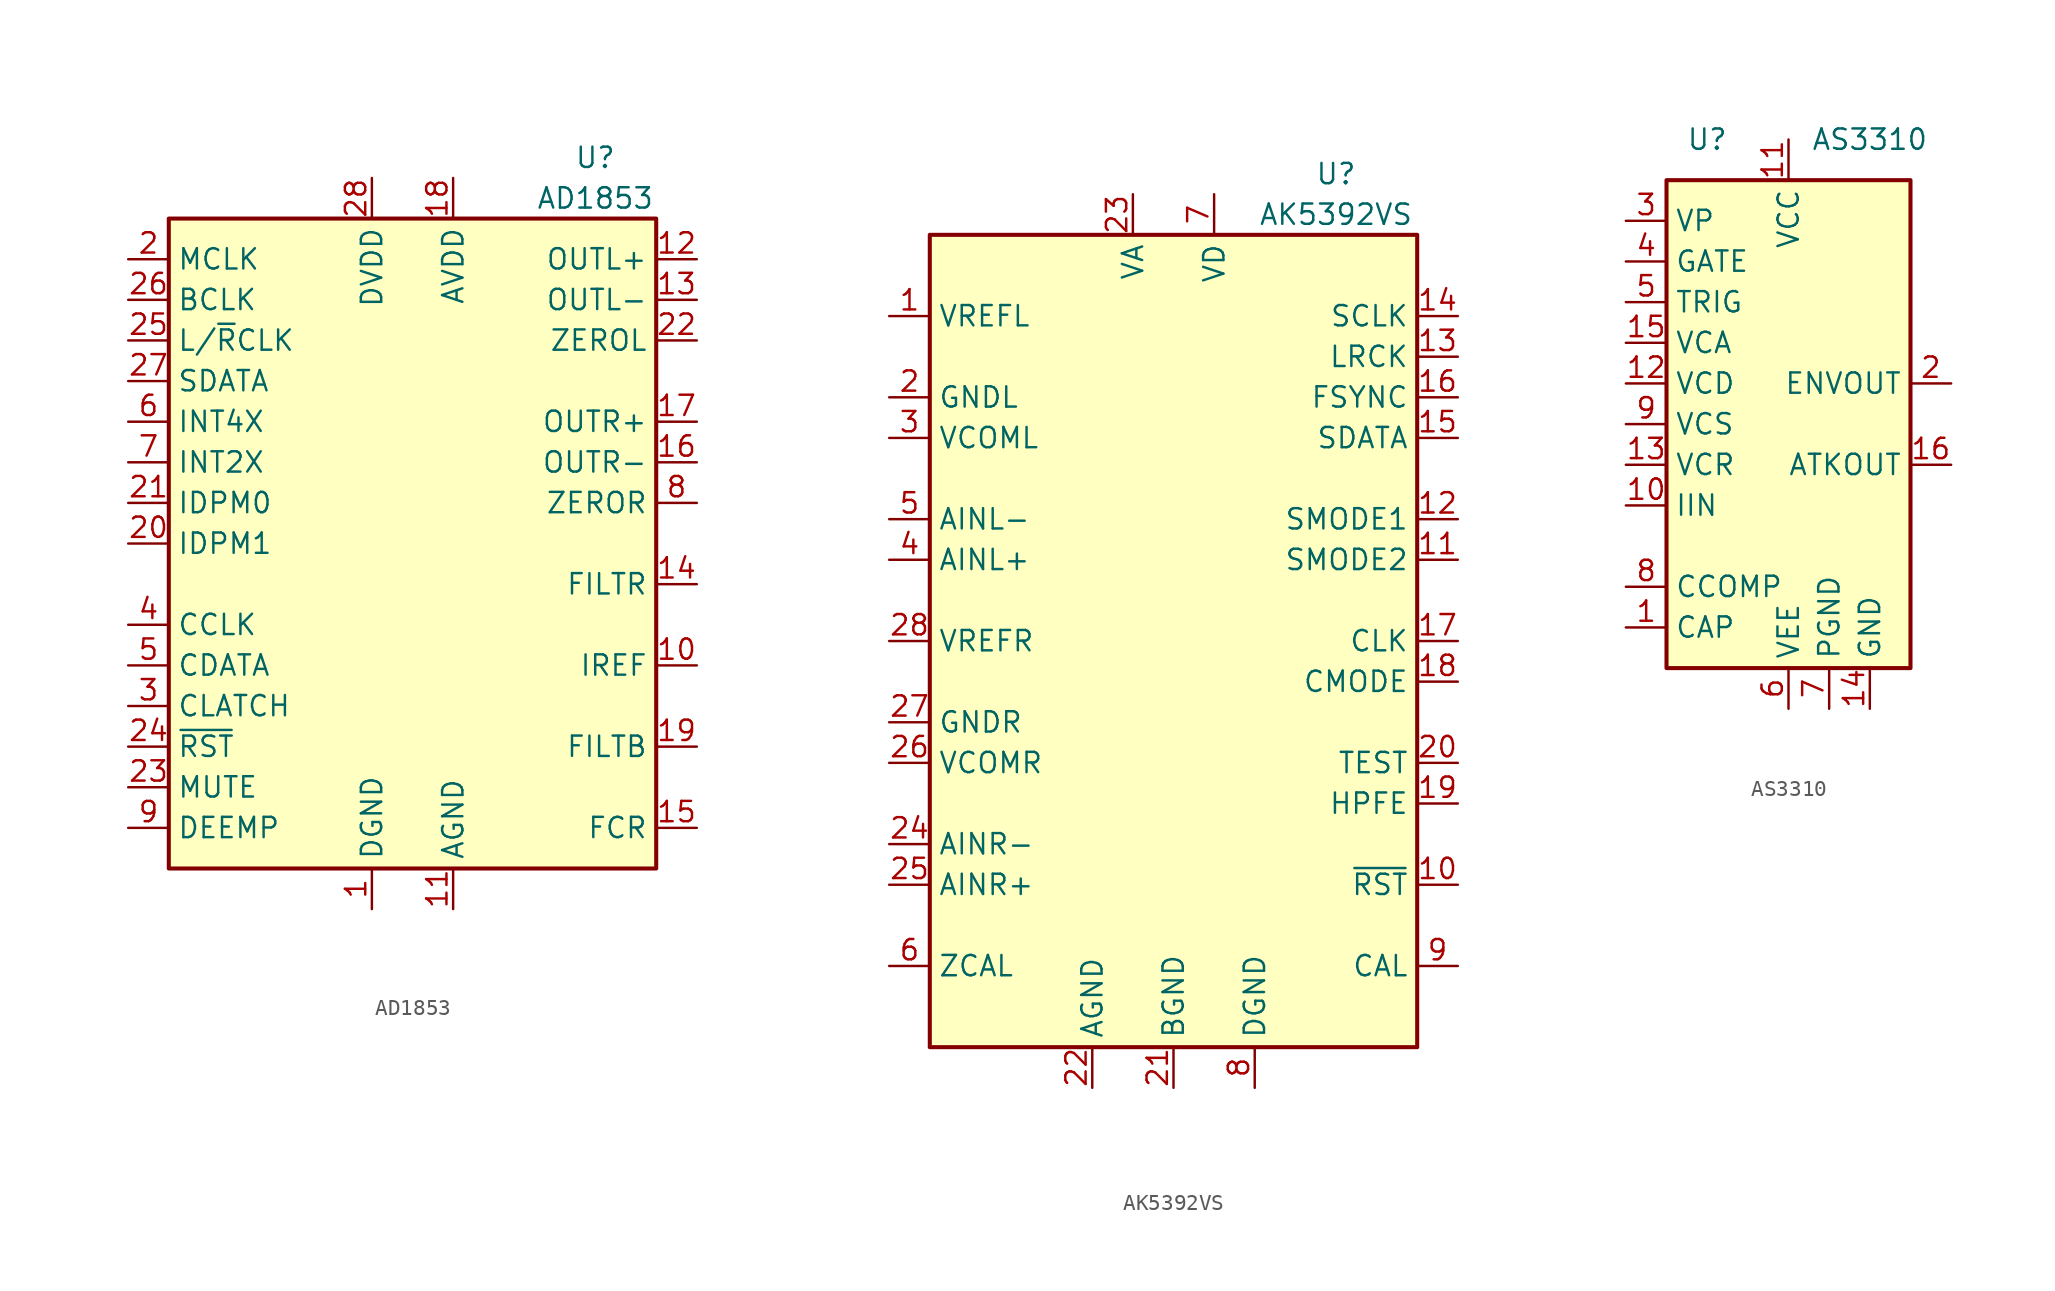
<source format=kicad_sym>
(kicad_symbol_lib
  (version 20201005)
  (generator kicad_symbol_editor)
  (symbol "AD1853"
    (property "Reference" "U"
      (at 11.43 24.13 0)
      (effects (font (size 1.27 1.27))))
    (property "Value" "AD1853"
      (at 11.43 21.59 0)
      (effects (font (size 1.27 1.27))))
    (symbol "AD1853_0_1"
      (rectangle (start -15.24 20.32) (end 15.24 -20.32) (stroke (width 0.254)) (fill (type background))))
    (symbol "AD1853_1_1"
      (pin power_in line (at -2.54 -22.86 90) (length 2.54) (name "DGND" (effects (font (size 1.27 1.27)))) (number "1" (effects (font (size 1.27 1.27)))))
      (pin passive line (at 17.78 -7.62 180) (length 2.54) (name "IREF" (effects (font (size 1.27 1.27)))) (number "10" (effects (font (size 1.27 1.27)))))
      (pin power_in line (at 2.54 -22.86 90) (length 2.54) (name "AGND" (effects (font (size 1.27 1.27)))) (number "11" (effects (font (size 1.27 1.27)))))
      (pin output line (at 17.78 17.78 180) (length 2.54) (name "OUTL+" (effects (font (size 1.27 1.27)))) (number "12" (effects (font (size 1.27 1.27)))))
      (pin output line (at 17.78 15.24 180) (length 2.54) (name "OUTL-" (effects (font (size 1.27 1.27)))) (number "13" (effects (font (size 1.27 1.27)))))
      (pin output line (at 17.78 -2.54 180) (length 2.54) (name "FILTR" (effects (font (size 1.27 1.27)))) (number "14" (effects (font (size 1.27 1.27)))))
      (pin output line (at 17.78 -17.78 180) (length 2.54) (name "FCR" (effects (font (size 1.27 1.27)))) (number "15" (effects (font (size 1.27 1.27)))))
      (pin output line (at 17.78 5.08 180) (length 2.54) (name "OUTR-" (effects (font (size 1.27 1.27)))) (number "16" (effects (font (size 1.27 1.27)))))
      (pin output line (at 17.78 7.62 180) (length 2.54) (name "OUTR+" (effects (font (size 1.27 1.27)))) (number "17" (effects (font (size 1.27 1.27)))))
      (pin power_in line (at 2.54 22.86 270) (length 2.54) (name "AVDD" (effects (font (size 1.27 1.27)))) (number "18" (effects (font (size 1.27 1.27)))))
      (pin output line (at 17.78 -12.7 180) (length 2.54) (name "FILTB" (effects (font (size 1.27 1.27)))) (number "19" (effects (font (size 1.27 1.27)))))
      (pin input line (at -17.78 17.78 0) (length 2.54) (name "MCLK" (effects (font (size 1.27 1.27)))) (number "2" (effects (font (size 1.27 1.27)))))
      (pin input line (at -17.78 0 0) (length 2.54) (name "IDPM1" (effects (font (size 1.27 1.27)))) (number "20" (effects (font (size 1.27 1.27)))))
      (pin input line (at -17.78 2.54 0) (length 2.54) (name "IDPM0" (effects (font (size 1.27 1.27)))) (number "21" (effects (font (size 1.27 1.27)))))
      (pin output line (at 17.78 12.7 180) (length 2.54) (name "ZEROL" (effects (font (size 1.27 1.27)))) (number "22" (effects (font (size 1.27 1.27)))))
      (pin input line (at -17.78 -15.24 0) (length 2.54) (name "MUTE" (effects (font (size 1.27 1.27)))) (number "23" (effects (font (size 1.27 1.27)))))
      (pin input line (at -17.78 -12.7 0) (length 2.54) (name "~RST" (effects (font (size 1.27 1.27)))) (number "24" (effects (font (size 1.27 1.27)))))
      (pin input line (at -17.78 12.7 0) (length 2.54) (name "L/~R~CLK" (effects (font (size 1.27 1.27)))) (number "25" (effects (font (size 1.27 1.27)))))
      (pin input line (at -17.78 15.24 0) (length 2.54) (name "BCLK" (effects (font (size 1.27 1.27)))) (number "26" (effects (font (size 1.27 1.27)))))
      (pin input line (at -17.78 10.16 0) (length 2.54) (name "SDATA" (effects (font (size 1.27 1.27)))) (number "27" (effects (font (size 1.27 1.27)))))
      (pin power_in line (at -2.54 22.86 270) (length 2.54) (name "DVDD" (effects (font (size 1.27 1.27)))) (number "28" (effects (font (size 1.27 1.27)))))
      (pin input line (at -17.78 -10.16 0) (length 2.54) (name "CLATCH" (effects (font (size 1.27 1.27)))) (number "3" (effects (font (size 1.27 1.27)))))
      (pin input line (at -17.78 -5.08 0) (length 2.54) (name "CCLK" (effects (font (size 1.27 1.27)))) (number "4" (effects (font (size 1.27 1.27)))))
      (pin input line (at -17.78 -7.62 0) (length 2.54) (name "CDATA" (effects (font (size 1.27 1.27)))) (number "5" (effects (font (size 1.27 1.27)))))
      (pin input line (at -17.78 7.62 0) (length 2.54) (name "INT4X" (effects (font (size 1.27 1.27)))) (number "6" (effects (font (size 1.27 1.27)))))
      (pin input line (at -17.78 5.08 0) (length 2.54) (name "INT2X" (effects (font (size 1.27 1.27)))) (number "7" (effects (font (size 1.27 1.27)))))
      (pin output line (at 17.78 2.54 180) (length 2.54) (name "ZEROR" (effects (font (size 1.27 1.27)))) (number "8" (effects (font (size 1.27 1.27)))))
      (pin input line (at -17.78 -17.78 0) (length 2.54) (name "DEEMP" (effects (font (size 1.27 1.27)))) (number "9" (effects (font (size 1.27 1.27)))))))
  (symbol "AK5392VS"
    (property "Reference" "U"
      (at 10.16 29.21 0)
      (effects (font (size 1.27 1.27))))
    (property "Value" "AK5392VS"
      (at 10.16 26.67 0)
      (effects (font (size 1.27 1.27))))
    (symbol "AK5392VS_0_1"
      (rectangle (start -15.24 25.4) (end 15.24 -25.4) (stroke (width 0.254)) (fill (type background))))
    (symbol "AK5392VS_1_1"
      (pin output line (at -17.78 20.32 0) (length 2.54) (name "VREFL" (effects (font (size 1.27 1.27)))) (number "1" (effects (font (size 1.27 1.27)))))
      (pin input line (at 17.78 -15.24 180) (length 2.54) (name "~RST~" (effects (font (size 1.27 1.27)))) (number "10" (effects (font (size 1.27 1.27)))))
      (pin input line (at 17.78 5.08 180) (length 2.54) (name "SMODE2" (effects (font (size 1.27 1.27)))) (number "11" (effects (font (size 1.27 1.27)))))
      (pin input line (at 17.78 7.62 180) (length 2.54) (name "SMODE1" (effects (font (size 1.27 1.27)))) (number "12" (effects (font (size 1.27 1.27)))))
      (pin bidirectional line (at 17.78 17.78 180) (length 2.54) (name "LRCK" (effects (font (size 1.27 1.27)))) (number "13" (effects (font (size 1.27 1.27)))))
      (pin bidirectional line (at 17.78 20.32 180) (length 2.54) (name "SCLK" (effects (font (size 1.27 1.27)))) (number "14" (effects (font (size 1.27 1.27)))))
      (pin output line (at 17.78 12.7 180) (length 2.54) (name "SDATA" (effects (font (size 1.27 1.27)))) (number "15" (effects (font (size 1.27 1.27)))))
      (pin bidirectional line (at 17.78 15.24 180) (length 2.54) (name "FSYNC" (effects (font (size 1.27 1.27)))) (number "16" (effects (font (size 1.27 1.27)))))
      (pin input line (at 17.78 0 180) (length 2.54) (name "CLK" (effects (font (size 1.27 1.27)))) (number "17" (effects (font (size 1.27 1.27)))))
      (pin input line (at 17.78 -2.54 180) (length 2.54) (name "CMODE" (effects (font (size 1.27 1.27)))) (number "18" (effects (font (size 1.27 1.27)))))
      (pin input line (at 17.78 -10.16 180) (length 2.54) (name "HPFE" (effects (font (size 1.27 1.27)))) (number "19" (effects (font (size 1.27 1.27)))))
      (pin power_in line (at -17.78 15.24 0) (length 2.54) (name "GNDL" (effects (font (size 1.27 1.27)))) (number "2" (effects (font (size 1.27 1.27)))))
      (pin input line (at 17.78 -7.62 180) (length 2.54) (name "TEST" (effects (font (size 1.27 1.27)))) (number "20" (effects (font (size 1.27 1.27)))))
      (pin power_in line (at 0 -27.94 90) (length 2.54) (name "BGND" (effects (font (size 1.27 1.27)))) (number "21" (effects (font (size 1.27 1.27)))))
      (pin power_in line (at -5.08 -27.94 90) (length 2.54) (name "AGND" (effects (font (size 1.27 1.27)))) (number "22" (effects (font (size 1.27 1.27)))))
      (pin power_in line (at -2.54 27.94 270) (length 2.54) (name "VA" (effects (font (size 1.27 1.27)))) (number "23" (effects (font (size 1.27 1.27)))))
      (pin input line (at -17.78 -12.7 0) (length 2.54) (name "AINR-" (effects (font (size 1.27 1.27)))) (number "24" (effects (font (size 1.27 1.27)))))
      (pin input line (at -17.78 -15.24 0) (length 2.54) (name "AINR+" (effects (font (size 1.27 1.27)))) (number "25" (effects (font (size 1.27 1.27)))))
      (pin output line (at -17.78 -7.62 0) (length 2.54) (name "VCOMR" (effects (font (size 1.27 1.27)))) (number "26" (effects (font (size 1.27 1.27)))))
      (pin output line (at -17.78 -5.08 0) (length 2.54) (name "GNDR" (effects (font (size 1.27 1.27)))) (number "27" (effects (font (size 1.27 1.27)))))
      (pin output line (at -17.78 0 0) (length 2.54) (name "VREFR" (effects (font (size 1.27 1.27)))) (number "28" (effects (font (size 1.27 1.27)))))
      (pin output line (at -17.78 12.7 0) (length 2.54) (name "VCOML" (effects (font (size 1.27 1.27)))) (number "3" (effects (font (size 1.27 1.27)))))
      (pin input line (at -17.78 5.08 0) (length 2.54) (name "AINL+" (effects (font (size 1.27 1.27)))) (number "4" (effects (font (size 1.27 1.27)))))
      (pin input line (at -17.78 7.62 0) (length 2.54) (name "AINL-" (effects (font (size 1.27 1.27)))) (number "5" (effects (font (size 1.27 1.27)))))
      (pin input line (at -17.78 -20.32 0) (length 2.54) (name "ZCAL" (effects (font (size 1.27 1.27)))) (number "6" (effects (font (size 1.27 1.27)))))
      (pin power_in line (at 2.54 27.94 270) (length 2.54) (name "VD" (effects (font (size 1.27 1.27)))) (number "7" (effects (font (size 1.27 1.27)))))
      (pin power_in line (at 5.08 -27.94 90) (length 2.54) (name "DGND" (effects (font (size 1.27 1.27)))) (number "8" (effects (font (size 1.27 1.27)))))
      (pin output line (at 17.78 -20.32 180) (length 2.54) (name "CAL" (effects (font (size 1.27 1.27)))) (number "9" (effects (font (size 1.27 1.27)))))))
  (symbol "AS3310"
    (property "Reference" "U"
      (at -5.08 17.78 0)
      (effects (font (size 1.27 1.27))))
    (property "Value" "AS3310"
      (at 5.08 17.78 0)
      (effects (font (size 1.27 1.27))))
    (symbol "AS3310_0_1"
      (rectangle (start 7.62 -15.24) (end -7.62 15.24) (stroke (width 0.254)) (fill (type background))))
    (symbol "AS3310_1_1"
      (pin passive line (at -10.16 -12.7 0) (length 2.54) (name "CAP" (effects (font (size 1.27 1.27)))) (number "1" (effects (font (size 1.27 1.27)))))
      (pin input line (at -10.16 -5.08 0) (length 2.54) (name "IIN" (effects (font (size 1.27 1.27)))) (number "10" (effects (font (size 1.27 1.27)))))
      (pin power_in line (at 0 17.78 270) (length 2.54) (name "VCC" (effects (font (size 1.27 1.27)))) (number "11" (effects (font (size 1.27 1.27)))))
      (pin input line (at -10.16 2.54 0) (length 2.54) (name "VCD" (effects (font (size 1.27 1.27)))) (number "12" (effects (font (size 1.27 1.27)))))
      (pin input line (at -10.16 -2.54 0) (length 2.54) (name "VCR" (effects (font (size 1.27 1.27)))) (number "13" (effects (font (size 1.27 1.27)))))
      (pin power_in line (at 5.08 -17.78 90) (length 2.54) (name "GND" (effects (font (size 1.27 1.27)))) (number "14" (effects (font (size 1.27 1.27)))))
      (pin input line (at -10.16 5.08 0) (length 2.54) (name "VCA" (effects (font (size 1.27 1.27)))) (number "15" (effects (font (size 1.27 1.27)))))
      (pin output line (at 10.16 -2.54 180) (length 2.54) (name "ATKOUT" (effects (font (size 1.27 1.27)))) (number "16" (effects (font (size 1.27 1.27)))))
      (pin output line (at 10.16 2.54 180) (length 2.54) (name "ENVOUT" (effects (font (size 1.27 1.27)))) (number "2" (effects (font (size 1.27 1.27)))))
      (pin input line (at -10.16 12.7 0) (length 2.54) (name "VP" (effects (font (size 1.27 1.27)))) (number "3" (effects (font (size 1.27 1.27)))))
      (pin input line (at -10.16 10.16 0) (length 2.54) (name "GATE" (effects (font (size 1.27 1.27)))) (number "4" (effects (font (size 1.27 1.27)))))
      (pin input line (at -10.16 7.62 0) (length 2.54) (name "TRIG" (effects (font (size 1.27 1.27)))) (number "5" (effects (font (size 1.27 1.27)))))
      (pin power_in line (at 0 -17.78 90) (length 2.54) (name "VEE" (effects (font (size 1.27 1.27)))) (number "6" (effects (font (size 1.27 1.27)))))
      (pin power_in line (at 2.54 -17.78 90) (length 2.54) (name "PGND" (effects (font (size 1.27 1.27)))) (number "7" (effects (font (size 1.27 1.27)))))
      (pin passive line (at -10.16 -10.16 0) (length 2.54) (name "CCOMP" (effects (font (size 1.27 1.27)))) (number "8" (effects (font (size 1.27 1.27)))))
      (pin input line (at -10.16 0 0) (length 2.54) (name "VCS" (effects (font (size 1.27 1.27)))) (number "9" (effects (font (size 1.27 1.27))))))))
</source>
